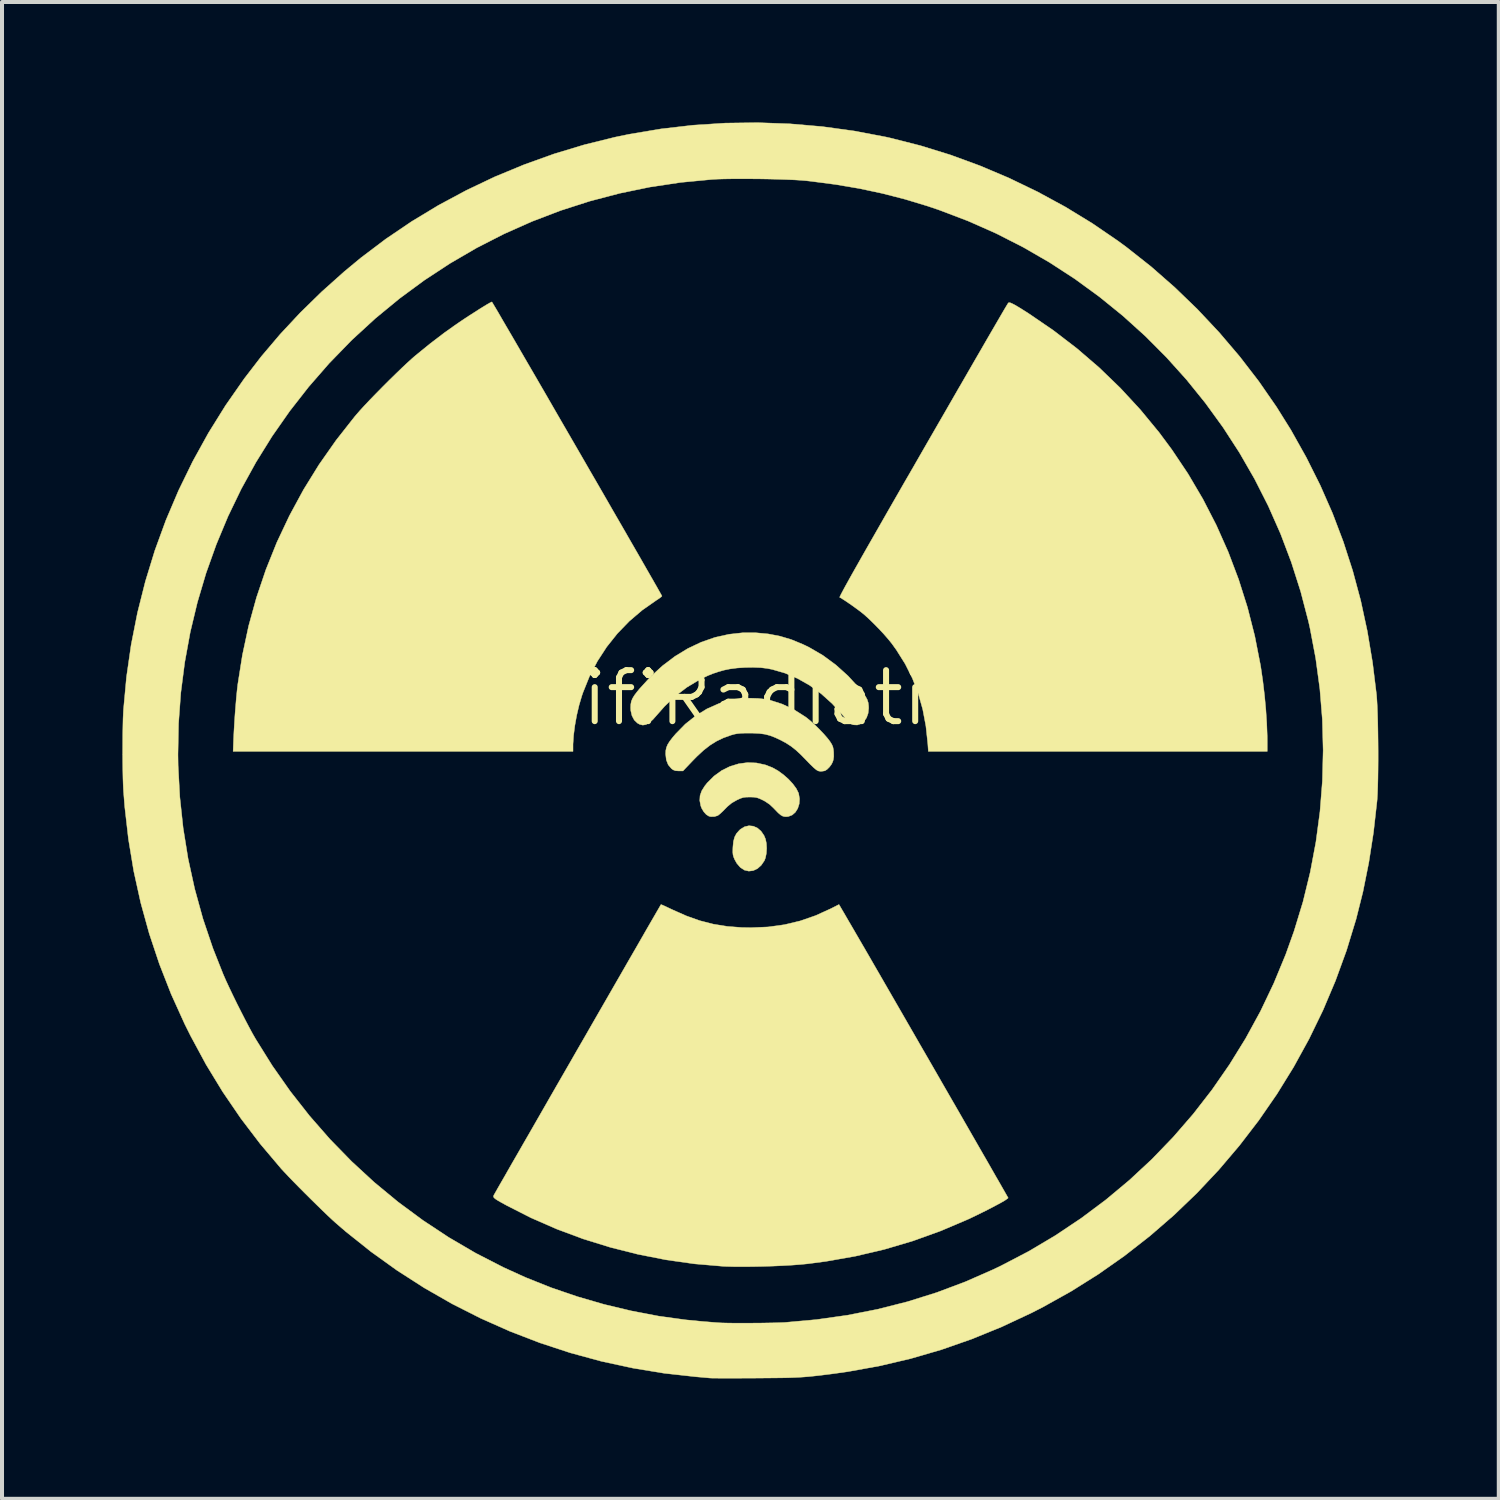
<source format=kicad_pcb>
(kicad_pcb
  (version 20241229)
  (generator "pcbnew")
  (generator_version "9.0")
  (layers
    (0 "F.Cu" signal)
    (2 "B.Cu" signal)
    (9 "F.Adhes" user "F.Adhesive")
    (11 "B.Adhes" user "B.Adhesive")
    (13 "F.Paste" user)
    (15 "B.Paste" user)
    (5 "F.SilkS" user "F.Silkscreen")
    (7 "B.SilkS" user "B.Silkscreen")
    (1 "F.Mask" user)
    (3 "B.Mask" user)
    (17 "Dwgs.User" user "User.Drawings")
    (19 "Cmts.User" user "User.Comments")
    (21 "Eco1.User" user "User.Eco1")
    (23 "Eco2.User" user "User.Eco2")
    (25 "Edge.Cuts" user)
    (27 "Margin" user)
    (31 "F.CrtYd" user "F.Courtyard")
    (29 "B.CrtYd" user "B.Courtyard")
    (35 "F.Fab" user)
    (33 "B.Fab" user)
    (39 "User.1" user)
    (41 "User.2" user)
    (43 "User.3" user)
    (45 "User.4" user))
  (footprint "wifiRadiation"
    (layer "F.Cu")
    (at 16.239 14.333)
    (property "Reference" "wifiRadiation" (at 0 0 0) (layer "F.SilkS") (effects (font (size 1.27 1.27) (thickness 0.15))))
    (attr through_hole)
    (fp_poly (pts (xy -0.526 3.196) (xy -0.424 3.241) (xy -0.333 3.319) (xy -0.259 3.426) (xy -0.222 3.514) (xy -0.199 3.622) (xy -0.192 3.747) (xy -0.2 3.874) (xy -0.223 3.987) (xy -0.248 4.053) (xy -0.327 4.169) (xy -0.421 4.253) (xy -0.527 4.303) (xy -0.637 4.316) (xy -0.748 4.29) (xy -0.751 4.288) (xy -0.849 4.223) (xy -0.936 4.122) (xy -0.99 4.025) (xy -1.015 3.965) (xy -1.03 3.911) (xy -1.036 3.85) (xy -1.035 3.766) (xy -1.033 3.718) (xy -1.02 3.578) (xy -0.991 3.468) (xy -0.944 3.379) (xy -0.872 3.298) (xy -0.845 3.273) (xy -0.742 3.21) (xy -0.634 3.185) (xy -0.526 3.196)) (stroke (width 0.01) (type solid)) (fill yes) (layer "F.SilkS"))
    (fp_poly (pts (xy -0.446 1.621) (xy -0.225 1.669) (xy -0.05 1.737) (xy 0.089 1.815) (xy 0.225 1.914) (xy 0.351 2.025) (xy 0.46 2.143) (xy 0.546 2.26) (xy 0.6 2.369) (xy 0.606 2.389) (xy 0.627 2.517) (xy 0.618 2.641) (xy 0.582 2.754) (xy 0.523 2.849) (xy 0.444 2.918) (xy 0.348 2.955) (xy 0.33 2.958) (xy 0.268 2.96) (xy 0.214 2.949) (xy 0.159 2.919) (xy 0.096 2.866) (xy 0.017 2.785) (xy -0.007 2.759) (xy -0.115 2.656) (xy -0.231 2.577) (xy -0.286 2.548) (xy -0.371 2.508) (xy -0.438 2.485) (xy -0.506 2.474) (xy -0.592 2.471) (xy -0.614 2.471) (xy -0.707 2.473) (xy -0.776 2.482) (xy -0.842 2.503) (xy -0.922 2.539) (xy -0.94 2.548) (xy -1.062 2.618) (xy -1.17 2.707) (xy -1.226 2.764) (xy -1.292 2.831) (xy -1.354 2.888) (xy -1.402 2.926) (xy -1.414 2.933) (xy -1.493 2.957) (xy -1.582 2.959) (xy -1.63 2.948) (xy -1.696 2.907) (xy -1.76 2.836) (xy -1.812 2.748) (xy -1.834 2.69) (xy -1.859 2.559) (xy -1.852 2.437) (xy -1.811 2.318) (xy -1.733 2.193) (xy -1.674 2.119) (xy -1.503 1.948) (xy -1.313 1.81) (xy -1.107 1.708) (xy -0.891 1.642) (xy -0.669 1.612) (xy -0.446 1.621)) (stroke (width 0.01) (type solid)) (fill yes) (layer "F.SilkS"))
    (fp_poly (pts (xy -0.466 -1.622) (xy -0.154 -1.593) (xy 0.138 -1.537) (xy 0.422 -1.452) (xy 0.709 -1.334) (xy 0.868 -1.257) (xy 1.209 -1.058) (xy 1.531 -0.821) (xy 1.834 -0.548) (xy 2.113 -0.244) (xy 2.204 -0.131) (xy 2.269 -0.038) (xy 2.312 0.042) (xy 2.337 0.12) (xy 2.347 0.202) (xy 2.349 0.256) (xy 2.335 0.385) (xy 2.295 0.497) (xy 2.233 0.585) (xy 2.154 0.647) (xy 2.064 0.676) (xy 1.967 0.671) (xy 1.917 0.653) (xy 1.884 0.628) (xy 1.831 0.577) (xy 1.766 0.507) (xy 1.697 0.426) (xy 1.693 0.422) (xy 1.439 0.143) (xy 1.166 -0.102) (xy 0.879 -0.312) (xy 0.577 -0.483) (xy 0.265 -0.616) (xy -0.056 -0.709) (xy -0.177 -0.733) (xy -0.341 -0.753) (xy -0.53 -0.76) (xy -0.73 -0.757) (xy -0.929 -0.744) (xy -1.111 -0.72) (xy -1.251 -0.691) (xy -1.403 -0.648) (xy -1.534 -0.604) (xy -1.659 -0.553) (xy -1.794 -0.488) (xy -1.881 -0.443) (xy -2.179 -0.264) (xy -2.463 -0.047) (xy -2.73 0.205) (xy -2.92 0.42) (xy -3.025 0.539) (xy -3.116 0.62) (xy -3.199 0.666) (xy -3.277 0.679) (xy -3.355 0.66) (xy -3.41 0.63) (xy -3.49 0.553) (xy -3.547 0.446) (xy -3.577 0.319) (xy -3.581 0.246) (xy -3.577 0.16) (xy -3.563 0.086) (xy -3.534 0.015) (xy -3.487 -0.063) (xy -3.417 -0.155) (xy -3.361 -0.223) (xy -3.082 -0.529) (xy -2.787 -0.799) (xy -2.478 -1.033) (xy -2.156 -1.229) (xy -1.823 -1.387) (xy -1.481 -1.506) (xy -1.131 -1.584) (xy -0.775 -1.623) (xy -0.466 -1.622)) (stroke (width 0.01) (type solid)) (fill yes) (layer "F.SilkS"))
    (fp_poly (pts (xy -0.409 0.014) (xy -0.231 0.033) (xy -0.106 0.058) (xy 0.198 0.156) (xy 0.491 0.295) (xy 0.769 0.471) (xy 0.815 0.505) (xy 0.909 0.583) (xy 1.017 0.681) (xy 1.127 0.79) (xy 1.232 0.901) (xy 1.321 1.003) (xy 1.384 1.085) (xy 1.43 1.158) (xy 1.457 1.22) (xy 1.471 1.291) (xy 1.477 1.354) (xy 1.479 1.462) (xy 1.467 1.547) (xy 1.451 1.597) (xy 1.417 1.663) (xy 1.367 1.728) (xy 1.311 1.783) (xy 1.261 1.815) (xy 1.239 1.82) (xy 1.191 1.827) (xy 1.182 1.829) (xy 1.142 1.83) (xy 1.09 1.819) (xy 1.045 1.793) (xy 0.977 1.736) (xy 0.888 1.65) (xy 0.804 1.563) (xy 0.664 1.419) (xy 0.538 1.302) (xy 0.418 1.207) (xy 0.295 1.127) (xy 0.168 1.058) (xy 0.02 0.988) (xy -0.111 0.938) (xy -0.238 0.905) (xy -0.375 0.887) (xy -0.534 0.879) (xy -0.614 0.878) (xy -0.744 0.879) (xy -0.843 0.883) (xy -0.921 0.891) (xy -0.989 0.903) (xy -1.058 0.922) (xy -1.079 0.928) (xy -1.268 0.996) (xy -1.44 1.078) (xy -1.603 1.18) (xy -1.764 1.305) (xy -1.932 1.461) (xy -2.033 1.564) (xy -2.277 1.82) (xy -2.386 1.82) (xy -2.464 1.815) (xy -2.521 1.793) (xy -2.563 1.763) (xy -2.644 1.668) (xy -2.692 1.547) (xy -2.709 1.398) (xy -2.705 1.313) (xy -2.689 1.237) (xy -2.658 1.162) (xy -2.607 1.081) (xy -2.533 0.985) (xy -2.458 0.897) (xy -2.219 0.653) (xy -1.958 0.445) (xy -1.678 0.273) (xy -1.379 0.14) (xy -1.131 0.061) (xy -0.977 0.031) (xy -0.796 0.014) (xy -0.602 0.008) (xy -0.409 0.014)) (stroke (width 0.01) (type solid)) (fill yes) (layer "F.SilkS"))
    (fp_poly (pts (xy 5.873 -9.842) (xy 5.919 -9.823) (xy 5.987 -9.788) (xy 6.078 -9.735) (xy 6.197 -9.661) (xy 6.334 -9.574) (xy 6.947 -9.155) (xy 7.534 -8.705) (xy 8.092 -8.225) (xy 8.619 -7.716) (xy 9.116 -7.178) (xy 9.581 -6.614) (xy 9.898 -6.187) (xy 10.304 -5.581) (xy 10.674 -4.952) (xy 11.008 -4.303) (xy 11.305 -3.635) (xy 11.564 -2.95) (xy 11.785 -2.252) (xy 11.966 -1.541) (xy 12.107 -0.82) (xy 12.117 -0.76) (xy 12.167 -0.416) (xy 12.209 -0.062) (xy 12.242 0.292) (xy 12.264 0.632) (xy 12.276 0.949) (xy 12.277 1.074) (xy 12.277 1.333) (xy 3.835 1.333) (xy 3.822 1.148) (xy 3.774 0.703) (xy 3.695 0.285) (xy 3.583 -0.11) (xy 3.438 -0.486) (xy 3.258 -0.845) (xy 3.041 -1.191) (xy 2.927 -1.35) (xy 2.838 -1.46) (xy 2.727 -1.588) (xy 2.601 -1.723) (xy 2.47 -1.856) (xy 2.344 -1.978) (xy 2.232 -2.079) (xy 2.207 -2.099) (xy 2.139 -2.153) (xy 2.055 -2.215) (xy 1.962 -2.283) (xy 1.867 -2.349) (xy 1.778 -2.41) (xy 1.702 -2.459) (xy 1.648 -2.492) (xy 1.627 -2.502) (xy 1.628 -2.512) (xy 1.64 -2.54) (xy 1.664 -2.588) (xy 1.699 -2.655) (xy 1.746 -2.743) (xy 1.807 -2.853) (xy 1.88 -2.985) (xy 1.968 -3.142) (xy 2.07 -3.322) (xy 2.187 -3.529) (xy 2.319 -3.761) (xy 2.468 -4.021) (xy 2.633 -4.31) (xy 2.814 -4.627) (xy 3.014 -4.975) (xy 3.231 -5.353) (xy 3.468 -5.763) (xy 3.723 -6.207) (xy 3.998 -6.684) (xy 4.293 -7.195) (xy 4.608 -7.743) (xy 4.642 -7.8) (xy 4.835 -8.135) (xy 5.008 -8.435) (xy 5.162 -8.701) (xy 5.297 -8.935) (xy 5.415 -9.138) (xy 5.516 -9.312) (xy 5.601 -9.458) (xy 5.671 -9.578) (xy 5.727 -9.674) (xy 5.77 -9.746) (xy 5.8 -9.796) (xy 5.819 -9.826) (xy 5.826 -9.837) (xy 5.843 -9.845) (xy 5.873 -9.842)) (stroke (width 0.01) (type solid)) (fill yes) (layer "F.SilkS"))
    (fp_poly (pts (xy -7.025 -9.845) (xy -6.994 -9.793) (xy -6.943 -9.708) (xy -6.875 -9.593) (xy -6.792 -9.449) (xy -6.693 -9.279) (xy -6.58 -9.086) (xy -6.454 -8.87) (xy -6.318 -8.635) (xy -6.171 -8.382) (xy -6.015 -8.114) (xy -5.852 -7.833) (xy -5.682 -7.54) (xy -5.508 -7.238) (xy -5.329 -6.928) (xy -5.147 -6.614) (xy -4.964 -6.298) (xy -4.78 -5.98) (xy -4.598 -5.664) (xy -4.417 -5.352) (xy -4.24 -5.045) (xy -4.068 -4.746) (xy -3.901 -4.457) (xy -3.741 -4.18) (xy -3.59 -3.917) (xy -3.448 -3.671) (xy -3.317 -3.443) (xy -3.198 -3.235) (xy -3.092 -3.05) (xy -3 -2.89) (xy -2.924 -2.757) (xy -2.865 -2.652) (xy -2.824 -2.579) (xy -2.802 -2.539) (xy -2.801 -2.537) (xy -2.814 -2.52) (xy -2.856 -2.487) (xy -2.917 -2.445) (xy -2.937 -2.433) (xy -3.289 -2.187) (xy -3.614 -1.91) (xy -3.911 -1.603) (xy -4.176 -1.27) (xy -4.409 -0.912) (xy -4.607 -0.532) (xy -4.768 -0.132) (xy -4.795 -0.054) (xy -4.865 0.183) (xy -4.924 0.434) (xy -4.97 0.688) (xy -5.001 0.931) (xy -5.016 1.152) (xy -5.016 1.201) (xy -5.016 1.333) (xy -13.482 1.333) (xy -13.471 1.032) (xy -13.462 0.843) (xy -13.45 0.635) (xy -13.436 0.419) (xy -13.419 0.203) (xy -13.402 -0.001) (xy -13.384 -0.183) (xy -13.367 -0.331) (xy -13.251 -1.067) (xy -13.096 -1.791) (xy -12.9 -2.501) (xy -12.665 -3.196) (xy -12.392 -3.876) (xy -12.079 -4.539) (xy -11.729 -5.185) (xy -11.342 -5.811) (xy -10.917 -6.417) (xy -10.457 -7.002) (xy -10.418 -7.048) (xy -10.325 -7.155) (xy -10.207 -7.284) (xy -10.069 -7.43) (xy -9.916 -7.587) (xy -9.755 -7.751) (xy -9.591 -7.915) (xy -9.429 -8.073) (xy -9.276 -8.221) (xy -9.136 -8.352) (xy -9.016 -8.461) (xy -8.954 -8.515) (xy -8.582 -8.818) (xy -8.219 -9.095) (xy -7.953 -9.284) (xy -7.841 -9.361) (xy -7.719 -9.443) (xy -7.593 -9.526) (xy -7.467 -9.606) (xy -7.349 -9.682) (xy -7.242 -9.748) (xy -7.152 -9.803) (xy -7.084 -9.841) (xy -7.044 -9.861) (xy -7.037 -9.863) (xy -7.025 -9.845)) (stroke (width 0.01) (type solid)) (fill yes) (layer "F.SilkS"))
    (fp_poly (pts (xy 1.729 5.351) (xy 1.789 5.455) (xy 1.861 5.579) (xy 1.935 5.705) (xy 1.99 5.8) (xy 2.048 5.9) (xy 2.126 6.034) (xy 2.222 6.199) (xy 2.334 6.392) (xy 2.46 6.611) (xy 2.6 6.853) (xy 2.751 7.115) (xy 2.912 7.394) (xy 3.081 7.687) (xy 3.257 7.992) (xy 3.438 8.306) (xy 3.622 8.626) (xy 3.809 8.949) (xy 3.995 9.272) (xy 4.18 9.594) (xy 4.362 9.91) (xy 4.54 10.218) (xy 4.711 10.516) (xy 4.874 10.8) (xy 5.028 11.068) (xy 5.171 11.317) (xy 5.302 11.544) (xy 5.418 11.747) (xy 5.518 11.922) (xy 5.576 12.022) (xy 5.824 12.456) (xy 5.778 12.493) (xy 5.735 12.522) (xy 5.661 12.565) (xy 5.56 12.62) (xy 5.441 12.683) (xy 5.308 12.752) (xy 5.168 12.822) (xy 5.028 12.891) (xy 4.894 12.955) (xy 4.826 12.987) (xy 4.145 13.277) (xy 3.451 13.527) (xy 2.742 13.737) (xy 2.019 13.907) (xy 1.282 14.037) (xy 0.826 14.097) (xy 0.649 14.114) (xy 0.44 14.13) (xy 0.208 14.143) (xy -0.04 14.154) (xy -0.293 14.162) (xy -0.545 14.167) (xy -0.784 14.169) (xy -1.004 14.168) (xy -1.195 14.163) (xy -1.281 14.159) (xy -1.992 14.098) (xy -2.699 13.998) (xy -3.399 13.86) (xy -4.088 13.686) (xy -4.763 13.477) (xy -5.421 13.232) (xy -6.057 12.954) (xy -6.669 12.643) (xy -6.678 12.638) (xy -6.798 12.572) (xy -6.886 12.522) (xy -6.945 12.484) (xy -6.98 12.455) (xy -6.996 12.431) (xy -6.996 12.409) (xy -6.986 12.384) (xy -6.984 12.38) (xy -6.969 12.354) (xy -6.935 12.294) (xy -6.883 12.202) (xy -6.813 12.08) (xy -6.727 11.931) (xy -6.627 11.755) (xy -6.513 11.556) (xy -6.386 11.336) (xy -6.249 11.097) (xy -6.101 10.841) (xy -5.945 10.569) (xy -5.782 10.285) (xy -5.613 9.99) (xy -5.439 9.687) (xy -5.261 9.378) (xy -5.08 9.064) (xy -4.899 8.748) (xy -4.717 8.433) (xy -4.537 8.119) (xy -4.359 7.81) (xy -4.185 7.508) (xy -4.016 7.214) (xy -3.853 6.931) (xy -3.698 6.661) (xy -3.551 6.406) (xy -3.414 6.169) (xy -3.289 5.951) (xy -3.176 5.754) (xy -3.076 5.581) (xy -2.991 5.434) (xy -2.922 5.315) (xy -2.871 5.227) (xy -2.838 5.17) (xy -2.825 5.148) (xy -2.825 5.148) (xy -2.805 5.154) (xy -2.754 5.176) (xy -2.679 5.211) (xy -2.586 5.255) (xy -2.537 5.278) (xy -2.192 5.431) (xy -1.857 5.55) (xy -1.522 5.636) (xy -1.178 5.692) (xy -0.814 5.72) (xy -0.582 5.724) (xy -0.158 5.706) (xy 0.249 5.65) (xy 0.643 5.556) (xy 1.029 5.422) (xy 1.407 5.25) (xy 1.609 5.147) (xy 1.729 5.351)) (stroke (width 0.01) (type solid)) (fill yes) (layer "F.SilkS"))
    (fp_poly (pts (xy 0.39 -14.299) (xy 1.192 -14.23) (xy 1.987 -14.121) (xy 2.772 -13.972) (xy 2.888 -13.946) (xy 3.636 -13.756) (xy 4.381 -13.526) (xy 5.118 -13.256) (xy 5.843 -12.949) (xy 6.554 -12.606) (xy 7.246 -12.23) (xy 7.916 -11.821) (xy 8.56 -11.381) (xy 8.778 -11.22) (xy 9.388 -10.738) (xy 9.976 -10.222) (xy 10.541 -9.676) (xy 11.08 -9.102) (xy 11.589 -8.504) (xy 12.066 -7.885) (xy 12.507 -7.248) (xy 12.868 -6.67) (xy 13.251 -5.986) (xy 13.596 -5.296) (xy 13.903 -4.598) (xy 14.172 -3.889) (xy 14.406 -3.165) (xy 14.605 -2.424) (xy 14.769 -1.663) (xy 14.9 -0.88) (xy 14.999 -0.074) (xy 15.008 0.05) (xy 15.017 0.209) (xy 15.024 0.399) (xy 15.03 0.611) (xy 15.034 0.84) (xy 15.037 1.08) (xy 15.039 1.324) (xy 15.039 1.566) (xy 15.037 1.8) (xy 15.034 2.019) (xy 15.029 2.217) (xy 15.023 2.388) (xy 15.015 2.526) (xy 15.011 2.572) (xy 14.923 3.354) (xy 14.806 4.106) (xy 14.661 4.829) (xy 14.487 5.523) (xy 14.486 5.524) (xy 14.251 6.293) (xy 13.977 7.045) (xy 13.666 7.78) (xy 13.318 8.497) (xy 12.935 9.194) (xy 12.518 9.869) (xy 12.067 10.522) (xy 11.584 11.151) (xy 11.07 11.756) (xy 10.526 12.334) (xy 9.953 12.884) (xy 9.352 13.405) (xy 8.724 13.896) (xy 8.071 14.355) (xy 7.393 14.781) (xy 6.691 15.173) (xy 6.406 15.319) (xy 5.665 15.666) (xy 4.915 15.972) (xy 4.157 16.237) (xy 3.39 16.46) (xy 2.613 16.642) (xy 1.826 16.784) (xy 1.45 16.837) (xy 1.275 16.859) (xy 1.122 16.878) (xy 0.985 16.893) (xy 0.859 16.906) (xy 0.737 16.916) (xy 0.614 16.924) (xy 0.483 16.93) (xy 0.339 16.935) (xy 0.176 16.938) (xy -0.012 16.94) (xy -0.231 16.942) (xy -0.466 16.944) (xy -0.677 16.945) (xy -0.877 16.946) (xy -1.062 16.946) (xy -1.228 16.946) (xy -1.369 16.946) (xy -1.482 16.945) (xy -1.562 16.944) (xy -1.605 16.942) (xy -1.609 16.942) (xy -1.659 16.937) (xy -1.739 16.93) (xy -1.84 16.921) (xy -1.947 16.912) (xy -2.742 16.824) (xy -3.531 16.694) (xy -4.311 16.525) (xy -5.082 16.315) (xy -5.84 16.066) (xy -6.586 15.779) (xy -7.316 15.454) (xy -8.029 15.093) (xy -8.724 14.695) (xy -9.398 14.262) (xy -10.05 13.794) (xy -10.678 13.293) (xy -10.933 13.073) (xy -11.019 12.995) (xy -11.129 12.892) (xy -11.257 12.769) (xy -11.398 12.631) (xy -11.547 12.485) (xy -11.698 12.335) (xy -11.845 12.187) (xy -11.983 12.046) (xy -12.107 11.918) (xy -12.21 11.808) (xy -12.286 11.726) (xy -12.806 11.111) (xy -13.29 10.475) (xy -13.74 9.816) (xy -14.157 9.132) (xy -14.541 8.42) (xy -14.692 8.117) (xy -15.026 7.379) (xy -15.319 6.63) (xy -15.572 5.871) (xy -15.785 5.099) (xy -15.958 4.315) (xy -16.09 3.517) (xy -16.183 2.705) (xy -16.213 2.318) (xy -16.22 2.18) (xy -16.226 2.008) (xy -16.23 1.81) (xy -16.233 1.594) (xy -16.234 1.41) (xy -14.856 1.41) (xy -14.852 1.683) (xy -14.81 2.467) (xy -14.727 3.241) (xy -14.604 4.005) (xy -14.439 4.759) (xy -14.234 5.502) (xy -13.987 6.234) (xy -13.732 6.879) (xy -13.667 7.028) (xy -13.585 7.205) (xy -13.492 7.4) (xy -13.392 7.605) (xy -13.287 7.813) (xy -13.184 8.015) (xy -13.085 8.203) (xy -12.996 8.368) (xy -12.921 8.498) (xy -12.506 9.163) (xy -12.058 9.801) (xy -11.579 10.411) (xy -11.07 10.993) (xy -10.532 11.545) (xy -9.966 12.067) (xy -9.373 12.557) (xy -8.754 13.014) (xy -8.111 13.439) (xy -7.444 13.829) (xy -6.755 14.183) (xy -6.199 14.436) (xy -5.566 14.689) (xy -4.911 14.913) (xy -4.24 15.108) (xy -3.561 15.27) (xy -2.881 15.4) (xy -2.207 15.493) (xy -1.767 15.535) (xy -1.652 15.544) (xy -1.544 15.553) (xy -1.455 15.56) (xy -1.394 15.564) (xy -1.386 15.565) (xy -1.31 15.569) (xy -1.198 15.572) (xy -1.057 15.574) (xy -0.896 15.575) (xy -0.721 15.575) (xy -0.538 15.574) (xy -0.356 15.573) (xy -0.181 15.57) (xy -0.02 15.567) (xy 0.119 15.563) (xy 0.23 15.559) (xy 0.265 15.557) (xy 1.051 15.486) (xy 1.822 15.377) (xy 2.577 15.228) (xy 3.317 15.04) (xy 4.044 14.812) (xy 4.757 14.544) (xy 5.458 14.236) (xy 5.641 14.148) (xy 6.333 13.787) (xy 7 13.391) (xy 7.642 12.962) (xy 8.257 12.502) (xy 8.845 12.011) (xy 9.404 11.491) (xy 9.934 10.941) (xy 10.433 10.365) (xy 10.901 9.762) (xy 11.336 9.134) (xy 11.739 8.482) (xy 12.107 7.808) (xy 12.439 7.111) (xy 12.736 6.393) (xy 12.945 5.808) (xy 13.167 5.08) (xy 13.348 4.339) (xy 13.489 3.59) (xy 13.59 2.833) (xy 13.65 2.071) (xy 13.669 1.306) (xy 13.649 0.541) (xy 13.587 -0.223) (xy 13.484 -0.983) (xy 13.341 -1.737) (xy 13.303 -1.906) (xy 13.109 -2.65) (xy 12.877 -3.377) (xy 12.608 -4.088) (xy 12.302 -4.78) (xy 11.961 -5.453) (xy 11.585 -6.106) (xy 11.177 -6.736) (xy 10.736 -7.344) (xy 10.265 -7.927) (xy 9.764 -8.484) (xy 9.235 -9.015) (xy 8.678 -9.518) (xy 8.095 -9.991) (xy 7.486 -10.435) (xy 6.854 -10.846) (xy 6.198 -11.225) (xy 5.521 -11.57) (xy 4.823 -11.879) (xy 4.105 -12.152) (xy 3.81 -12.252) (xy 3.251 -12.421) (xy 2.691 -12.565) (xy 2.119 -12.687) (xy 1.529 -12.787) (xy 0.91 -12.868) (xy 0.794 -12.881) (xy 0.667 -12.892) (xy 0.504 -12.902) (xy 0.313 -12.91) (xy 0.1 -12.917) (xy -0.127 -12.923) (xy -0.363 -12.927) (xy -0.6 -12.929) (xy -0.831 -12.93) (xy -1.049 -12.929) (xy -1.248 -12.926) (xy -1.421 -12.921) (xy -1.558 -12.913) (xy -2.333 -12.839) (xy -3.099 -12.724) (xy -3.853 -12.568) (xy -4.596 -12.373) (xy -5.325 -12.139) (xy -6.039 -11.866) (xy -6.736 -11.556) (xy -7.417 -11.208) (xy -8.078 -10.823) (xy -8.719 -10.403) (xy -9.338 -9.947) (xy -9.935 -9.456) (xy -10.507 -8.931) (xy -10.549 -8.89) (xy -11.091 -8.332) (xy -11.599 -7.749) (xy -12.072 -7.144) (xy -12.511 -6.516) (xy -12.913 -5.869) (xy -13.28 -5.203) (xy -13.61 -4.519) (xy -13.902 -3.819) (xy -14.157 -3.105) (xy -14.373 -2.377) (xy -14.55 -1.638) (xy -14.687 -0.888) (xy -14.785 -0.129) (xy -14.841 0.637) (xy -14.856 1.41) (xy -16.234 1.41) (xy -16.234 1.367) (xy -16.233 1.139) (xy -16.232 0.916) (xy -16.228 0.708) (xy -16.224 0.521) (xy -16.217 0.364) (xy -16.213 0.293) (xy -16.138 -0.521) (xy -16.022 -1.325) (xy -15.865 -2.119) (xy -15.668 -2.902) (xy -15.432 -3.671) (xy -15.156 -4.427) (xy -14.841 -5.167) (xy -14.488 -5.891) (xy -14.098 -6.597) (xy -13.67 -7.285) (xy -13.205 -7.952) (xy -12.777 -8.508) (xy -12.312 -9.056) (xy -11.811 -9.593) (xy -11.278 -10.114) (xy -10.719 -10.614) (xy -10.299 -10.962) (xy -9.682 -11.428) (xy -9.037 -11.865) (xy -8.367 -12.27) (xy -7.673 -12.642) (xy -6.961 -12.981) (xy -6.231 -13.283) (xy -5.487 -13.55) (xy -4.732 -13.778) (xy -3.968 -13.967) (xy -3.609 -14.041) (xy -2.821 -14.173) (xy -2.025 -14.265) (xy -1.222 -14.317) (xy -0.416 -14.328) (xy 0.39 -14.299)) (stroke (width 0.01) (type solid)) (fill yes) (layer "F.SilkS")))
  (gr_rect
    (start -3 -3)
    (end 34.283 34.284)
    (stroke (width 0.1) (type default))
    (fill no)
    (layer "Edge.Cuts")))
</source>
